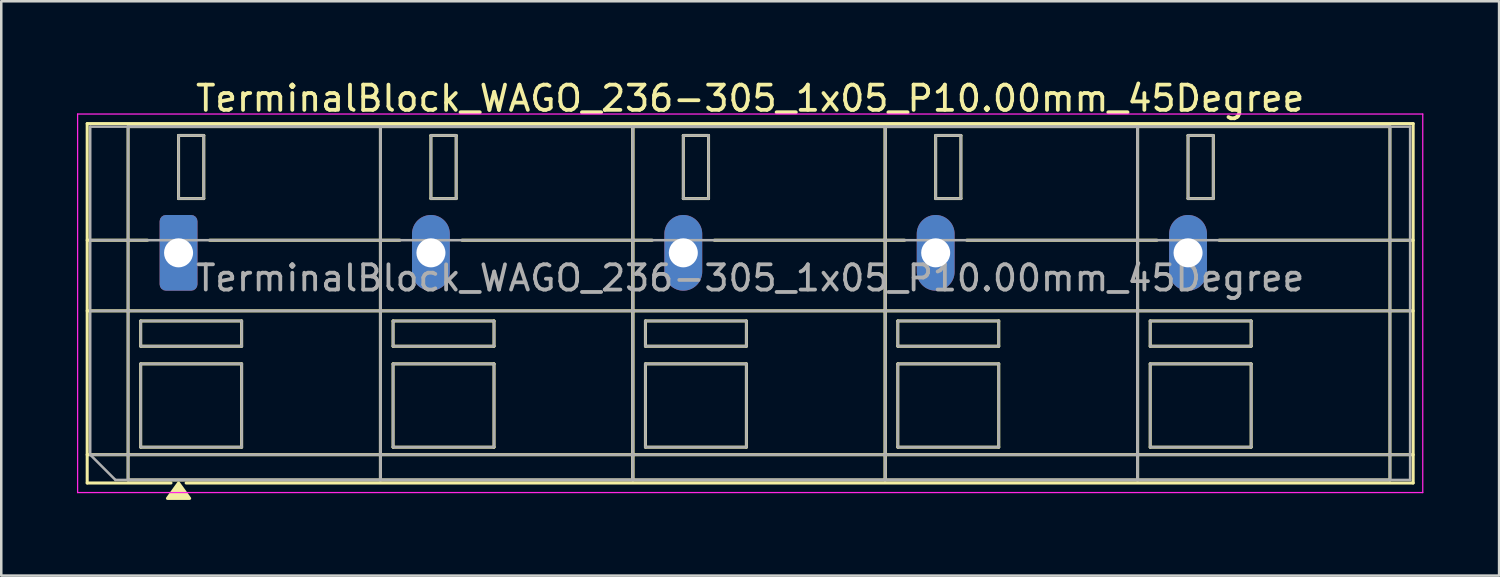
<source format=kicad_pcb>
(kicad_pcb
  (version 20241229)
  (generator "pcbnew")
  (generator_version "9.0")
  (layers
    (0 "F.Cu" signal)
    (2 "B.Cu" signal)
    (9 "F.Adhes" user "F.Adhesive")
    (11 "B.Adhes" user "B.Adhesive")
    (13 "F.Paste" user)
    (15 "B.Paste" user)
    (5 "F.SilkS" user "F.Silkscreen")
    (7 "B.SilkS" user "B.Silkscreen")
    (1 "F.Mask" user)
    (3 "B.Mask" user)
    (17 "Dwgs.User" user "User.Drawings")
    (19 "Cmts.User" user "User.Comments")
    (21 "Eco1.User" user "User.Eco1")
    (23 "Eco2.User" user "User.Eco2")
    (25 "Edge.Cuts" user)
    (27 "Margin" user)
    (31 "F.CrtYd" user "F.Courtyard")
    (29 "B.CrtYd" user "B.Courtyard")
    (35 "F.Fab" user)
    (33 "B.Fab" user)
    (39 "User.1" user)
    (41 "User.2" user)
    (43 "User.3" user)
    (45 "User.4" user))
  (footprint "TerminalBlock_WAGO_236-305_1x05_P10.00mm_45Degree"
    (layer "F.Cu")
    (at 4.025 6.968)
    (property "Reference" "TerminalBlock_WAGO_236-305_1x05_P10.00mm_45Degree" (at 22.65 -6.12 0) (layer "F.SilkS") (effects (font (size 1 1) (thickness 0.15))))
    (attr through_hole)
    (fp_line (start -3.62 -5.12) (end -3.62 9.12) (stroke (width 0.12) (type solid)) (layer "F.SilkS"))
    (fp_line (start -3.62 -5.12) (end 48.92 -5.12) (stroke (width 0.12) (type solid)) (layer "F.SilkS"))
    (fp_line (start -3.62 -0.5) (end -1.23 -0.5) (stroke (width 0.12) (type solid)) (layer "F.SilkS"))
    (fp_line (start -3.62 2.3) (end 48.92 2.3) (stroke (width 0.12) (type solid)) (layer "F.SilkS"))
    (fp_line (start -3.62 8) (end 48.92 8) (stroke (width 0.12) (type solid)) (layer "F.SilkS"))
    (fp_line (start -3.62 9.12) (end -0.3 9.12) (stroke (width 0.12) (type solid)) (layer "F.SilkS"))
    (fp_line (start -2 -5) (end -2 9) (stroke (width 0.12) (type solid)) (layer "F.SilkS"))
    (fp_line (start -2 -5) (end 8 -5) (stroke (width 0.12) (type solid)) (layer "F.SilkS"))
    (fp_line (start -2 9) (end 8 9) (stroke (width 0.12) (type solid)) (layer "F.SilkS"))
    (fp_line (start -1.5 2.7) (end -1.5 3.7) (stroke (width 0.12) (type solid)) (layer "F.SilkS"))
    (fp_line (start -1.5 2.7) (end 2.5 2.7) (stroke (width 0.12) (type solid)) (layer "F.SilkS"))
    (fp_line (start -1.5 3.7) (end 2.5 3.7) (stroke (width 0.12) (type solid)) (layer "F.SilkS"))
    (fp_line (start -1.5 4.4) (end -1.5 7.7) (stroke (width 0.12) (type solid)) (layer "F.SilkS"))
    (fp_line (start -1.5 4.4) (end 2.5 4.4) (stroke (width 0.12) (type solid)) (layer "F.SilkS"))
    (fp_line (start -1.5 7.7) (end 2.5 7.7) (stroke (width 0.12) (type solid)) (layer "F.SilkS"))
    (fp_line (start 0 -4.65) (end 0 -2.15) (stroke (width 0.12) (type solid)) (layer "F.SilkS"))
    (fp_line (start 0 -4.65) (end 1 -4.65) (stroke (width 0.12) (type solid)) (layer "F.SilkS"))
    (fp_line (start 0 -2.15) (end 1 -2.15) (stroke (width 0.12) (type solid)) (layer "F.SilkS"))
    (fp_line (start 0.3 9.12) (end 48.92 9.12) (stroke (width 0.12) (type solid)) (layer "F.SilkS"))
    (fp_line (start 1 -4.65) (end 1 -2.15) (stroke (width 0.12) (type solid)) (layer "F.SilkS"))
    (fp_line (start 1.23 -0.5) (end 8.77 -0.5) (stroke (width 0.12) (type solid)) (layer "F.SilkS"))
    (fp_line (start 2.5 2.7) (end 2.5 3.7) (stroke (width 0.12) (type solid)) (layer "F.SilkS"))
    (fp_line (start 2.5 4.4) (end 2.5 7.7) (stroke (width 0.12) (type solid)) (layer "F.SilkS"))
    (fp_line (start 8 -5) (end 8 9) (stroke (width 0.12) (type solid)) (layer "F.SilkS"))
    (fp_line (start 8 -5) (end 8 9) (stroke (width 0.12) (type solid)) (layer "F.SilkS"))
    (fp_line (start 8 -5) (end 18 -5) (stroke (width 0.12) (type solid)) (layer "F.SilkS"))
    (fp_line (start 8 9) (end 18 9) (stroke (width 0.12) (type solid)) (layer "F.SilkS"))
    (fp_line (start 8.5 2.7) (end 8.5 3.7) (stroke (width 0.12) (type solid)) (layer "F.SilkS"))
    (fp_line (start 8.5 2.7) (end 12.5 2.7) (stroke (width 0.12) (type solid)) (layer "F.SilkS"))
    (fp_line (start 8.5 3.7) (end 12.5 3.7) (stroke (width 0.12) (type solid)) (layer "F.SilkS"))
    (fp_line (start 8.5 4.4) (end 8.5 7.7) (stroke (width 0.12) (type solid)) (layer "F.SilkS"))
    (fp_line (start 8.5 4.4) (end 12.5 4.4) (stroke (width 0.12) (type solid)) (layer "F.SilkS"))
    (fp_line (start 8.5 7.7) (end 12.5 7.7) (stroke (width 0.12) (type solid)) (layer "F.SilkS"))
    (fp_line (start 10 -4.65) (end 10 -2.15) (stroke (width 0.12) (type solid)) (layer "F.SilkS"))
    (fp_line (start 10 -4.65) (end 11 -4.65) (stroke (width 0.12) (type solid)) (layer "F.SilkS"))
    (fp_line (start 10 -2.15) (end 11 -2.15) (stroke (width 0.12) (type solid)) (layer "F.SilkS"))
    (fp_line (start 11 -4.65) (end 11 -2.15) (stroke (width 0.12) (type solid)) (layer "F.SilkS"))
    (fp_line (start 11.23 -0.5) (end 18.77 -0.5) (stroke (width 0.12) (type solid)) (layer "F.SilkS"))
    (fp_line (start 12.5 2.7) (end 12.5 3.7) (stroke (width 0.12) (type solid)) (layer "F.SilkS"))
    (fp_line (start 12.5 4.4) (end 12.5 7.7) (stroke (width 0.12) (type solid)) (layer "F.SilkS"))
    (fp_line (start 18 -5) (end 18 9) (stroke (width 0.12) (type solid)) (layer "F.SilkS"))
    (fp_line (start 18 -5) (end 18 9) (stroke (width 0.12) (type solid)) (layer "F.SilkS"))
    (fp_line (start 18 -5) (end 28 -5) (stroke (width 0.12) (type solid)) (layer "F.SilkS"))
    (fp_line (start 18 9) (end 28 9) (stroke (width 0.12) (type solid)) (layer "F.SilkS"))
    (fp_line (start 18.5 2.7) (end 18.5 3.7) (stroke (width 0.12) (type solid)) (layer "F.SilkS"))
    (fp_line (start 18.5 2.7) (end 22.5 2.7) (stroke (width 0.12) (type solid)) (layer "F.SilkS"))
    (fp_line (start 18.5 3.7) (end 22.5 3.7) (stroke (width 0.12) (type solid)) (layer "F.SilkS"))
    (fp_line (start 18.5 4.4) (end 18.5 7.7) (stroke (width 0.12) (type solid)) (layer "F.SilkS"))
    (fp_line (start 18.5 4.4) (end 22.5 4.4) (stroke (width 0.12) (type solid)) (layer "F.SilkS"))
    (fp_line (start 18.5 7.7) (end 22.5 7.7) (stroke (width 0.12) (type solid)) (layer "F.SilkS"))
    (fp_line (start 20 -4.65) (end 20 -2.15) (stroke (width 0.12) (type solid)) (layer "F.SilkS"))
    (fp_line (start 20 -4.65) (end 21 -4.65) (stroke (width 0.12) (type solid)) (layer "F.SilkS"))
    (fp_line (start 20 -2.15) (end 21 -2.15) (stroke (width 0.12) (type solid)) (layer "F.SilkS"))
    (fp_line (start 21 -4.65) (end 21 -2.15) (stroke (width 0.12) (type solid)) (layer "F.SilkS"))
    (fp_line (start 21.23 -0.5) (end 28.77 -0.5) (stroke (width 0.12) (type solid)) (layer "F.SilkS"))
    (fp_line (start 22.5 2.7) (end 22.5 3.7) (stroke (width 0.12) (type solid)) (layer "F.SilkS"))
    (fp_line (start 22.5 4.4) (end 22.5 7.7) (stroke (width 0.12) (type solid)) (layer "F.SilkS"))
    (fp_line (start 28 -5) (end 28 9) (stroke (width 0.12) (type solid)) (layer "F.SilkS"))
    (fp_line (start 28 -5) (end 28 9) (stroke (width 0.12) (type solid)) (layer "F.SilkS"))
    (fp_line (start 28 -5) (end 38 -5) (stroke (width 0.12) (type solid)) (layer "F.SilkS"))
    (fp_line (start 28 9) (end 38 9) (stroke (width 0.12) (type solid)) (layer "F.SilkS"))
    (fp_line (start 28.5 2.7) (end 28.5 3.7) (stroke (width 0.12) (type solid)) (layer "F.SilkS"))
    (fp_line (start 28.5 2.7) (end 32.5 2.7) (stroke (width 0.12) (type solid)) (layer "F.SilkS"))
    (fp_line (start 28.5 3.7) (end 32.5 3.7) (stroke (width 0.12) (type solid)) (layer "F.SilkS"))
    (fp_line (start 28.5 4.4) (end 28.5 7.7) (stroke (width 0.12) (type solid)) (layer "F.SilkS"))
    (fp_line (start 28.5 4.4) (end 32.5 4.4) (stroke (width 0.12) (type solid)) (layer "F.SilkS"))
    (fp_line (start 28.5 7.7) (end 32.5 7.7) (stroke (width 0.12) (type solid)) (layer "F.SilkS"))
    (fp_line (start 30 -4.65) (end 30 -2.15) (stroke (width 0.12) (type solid)) (layer "F.SilkS"))
    (fp_line (start 30 -4.65) (end 31 -4.65) (stroke (width 0.12) (type solid)) (layer "F.SilkS"))
    (fp_line (start 30 -2.15) (end 31 -2.15) (stroke (width 0.12) (type solid)) (layer "F.SilkS"))
    (fp_line (start 31 -4.65) (end 31 -2.15) (stroke (width 0.12) (type solid)) (layer "F.SilkS"))
    (fp_line (start 31.23 -0.5) (end 38.77 -0.5) (stroke (width 0.12) (type solid)) (layer "F.SilkS"))
    (fp_line (start 32.5 2.7) (end 32.5 3.7) (stroke (width 0.12) (type solid)) (layer "F.SilkS"))
    (fp_line (start 32.5 4.4) (end 32.5 7.7) (stroke (width 0.12) (type solid)) (layer "F.SilkS"))
    (fp_line (start 38 -5) (end 38 9) (stroke (width 0.12) (type solid)) (layer "F.SilkS"))
    (fp_line (start 38 -5) (end 38 9) (stroke (width 0.12) (type solid)) (layer "F.SilkS"))
    (fp_line (start 38 -5) (end 48 -5) (stroke (width 0.12) (type solid)) (layer "F.SilkS"))
    (fp_line (start 38 9) (end 48 9) (stroke (width 0.12) (type solid)) (layer "F.SilkS"))
    (fp_line (start 38.5 2.7) (end 38.5 3.7) (stroke (width 0.12) (type solid)) (layer "F.SilkS"))
    (fp_line (start 38.5 2.7) (end 42.5 2.7) (stroke (width 0.12) (type solid)) (layer "F.SilkS"))
    (fp_line (start 38.5 3.7) (end 42.5 3.7) (stroke (width 0.12) (type solid)) (layer "F.SilkS"))
    (fp_line (start 38.5 4.4) (end 38.5 7.7) (stroke (width 0.12) (type solid)) (layer "F.SilkS"))
    (fp_line (start 38.5 4.4) (end 42.5 4.4) (stroke (width 0.12) (type solid)) (layer "F.SilkS"))
    (fp_line (start 38.5 7.7) (end 42.5 7.7) (stroke (width 0.12) (type solid)) (layer "F.SilkS"))
    (fp_line (start 40 -4.65) (end 40 -2.15) (stroke (width 0.12) (type solid)) (layer "F.SilkS"))
    (fp_line (start 40 -4.65) (end 41 -4.65) (stroke (width 0.12) (type solid)) (layer "F.SilkS"))
    (fp_line (start 40 -2.15) (end 41 -2.15) (stroke (width 0.12) (type solid)) (layer "F.SilkS"))
    (fp_line (start 41 -4.65) (end 41 -2.15) (stroke (width 0.12) (type solid)) (layer "F.SilkS"))
    (fp_line (start 41.23 -0.5) (end 48.92 -0.5) (stroke (width 0.12) (type solid)) (layer "F.SilkS"))
    (fp_line (start 42.5 2.7) (end 42.5 3.7) (stroke (width 0.12) (type solid)) (layer "F.SilkS"))
    (fp_line (start 42.5 4.4) (end 42.5 7.7) (stroke (width 0.12) (type solid)) (layer "F.SilkS"))
    (fp_line (start 48 -5) (end 48 9) (stroke (width 0.12) (type solid)) (layer "F.SilkS"))
    (fp_line (start 48.92 -5.12) (end 48.92 9.12) (stroke (width 0.12) (type solid)) (layer "F.SilkS"))
    (fp_poly (pts (xy 0 9.12) (xy 0.44 9.73) (xy -0.44 9.73)) (stroke (width 0.12) (type solid)) (fill yes) (layer "F.SilkS"))
    (fp_line (start -4 -5.5) (end -4 9.5) (stroke (width 0.05) (type solid)) (layer "F.CrtYd"))
    (fp_line (start -4 9.5) (end 49.3 9.5) (stroke (width 0.05) (type solid)) (layer "F.CrtYd"))
    (fp_line (start 49.3 -5.5) (end -4 -5.5) (stroke (width 0.05) (type solid)) (layer "F.CrtYd"))
    (fp_line (start 49.3 9.5) (end 49.3 -5.5) (stroke (width 0.05) (type solid)) (layer "F.CrtYd"))
    (fp_line (start -3.5 -5) (end 48.8 -5) (stroke (width 0.1) (type solid)) (layer "F.Fab"))
    (fp_line (start -3.5 -0.5) (end 48.8 -0.5) (stroke (width 0.1) (type solid)) (layer "F.Fab"))
    (fp_line (start -3.5 2.3) (end 48.8 2.3) (stroke (width 0.1) (type solid)) (layer "F.Fab"))
    (fp_line (start -3.5 8) (end -3.5 -5) (stroke (width 0.1) (type solid)) (layer "F.Fab"))
    (fp_line (start -3.5 8) (end 48.8 8) (stroke (width 0.1) (type solid)) (layer "F.Fab"))
    (fp_line (start -2.5 9) (end -3.5 8) (stroke (width 0.1) (type solid)) (layer "F.Fab"))
    (fp_line (start -2 -5) (end -2 9) (stroke (width 0.1) (type solid)) (layer "F.Fab"))
    (fp_line (start -2 9) (end 8 9) (stroke (width 0.1) (type solid)) (layer "F.Fab"))
    (fp_line (start -1.5 2.7) (end -1.5 3.7) (stroke (width 0.1) (type solid)) (layer "F.Fab"))
    (fp_line (start -1.5 3.7) (end 2.5 3.7) (stroke (width 0.1) (type solid)) (layer "F.Fab"))
    (fp_line (start -1.5 4.4) (end -1.5 7.7) (stroke (width 0.1) (type solid)) (layer "F.Fab"))
    (fp_line (start -1.5 7.7) (end 2.5 7.7) (stroke (width 0.1) (type solid)) (layer "F.Fab"))
    (fp_line (start 0 -4.65) (end 0 -2.15) (stroke (width 0.1) (type solid)) (layer "F.Fab"))
    (fp_line (start 0 -2.15) (end 1 -2.15) (stroke (width 0.1) (type solid)) (layer "F.Fab"))
    (fp_line (start 1 -4.65) (end 0 -4.65) (stroke (width 0.1) (type solid)) (layer "F.Fab"))
    (fp_line (start 1 -2.15) (end 1 -4.65) (stroke (width 0.1) (type solid)) (layer "F.Fab"))
    (fp_line (start 2.5 2.7) (end -1.5 2.7) (stroke (width 0.1) (type solid)) (layer "F.Fab"))
    (fp_line (start 2.5 3.7) (end 2.5 2.7) (stroke (width 0.1) (type solid)) (layer "F.Fab"))
    (fp_line (start 2.5 4.4) (end -1.5 4.4) (stroke (width 0.1) (type solid)) (layer "F.Fab"))
    (fp_line (start 2.5 7.7) (end 2.5 4.4) (stroke (width 0.1) (type solid)) (layer "F.Fab"))
    (fp_line (start 8 -5) (end -2 -5) (stroke (width 0.1) (type solid)) (layer "F.Fab"))
    (fp_line (start 8 -5) (end 8 9) (stroke (width 0.1) (type solid)) (layer "F.Fab"))
    (fp_line (start 8 9) (end 8 -5) (stroke (width 0.1) (type solid)) (layer "F.Fab"))
    (fp_line (start 8 9) (end 18 9) (stroke (width 0.1) (type solid)) (layer "F.Fab"))
    (fp_line (start 8.5 2.7) (end 8.5 3.7) (stroke (width 0.1) (type solid)) (layer "F.Fab"))
    (fp_line (start 8.5 3.7) (end 12.5 3.7) (stroke (width 0.1) (type solid)) (layer "F.Fab"))
    (fp_line (start 8.5 4.4) (end 8.5 7.7) (stroke (width 0.1) (type solid)) (layer "F.Fab"))
    (fp_line (start 8.5 7.7) (end 12.5 7.7) (stroke (width 0.1) (type solid)) (layer "F.Fab"))
    (fp_line (start 10 -4.65) (end 10 -2.15) (stroke (width 0.1) (type solid)) (layer "F.Fab"))
    (fp_line (start 10 -2.15) (end 11 -2.15) (stroke (width 0.1) (type solid)) (layer "F.Fab"))
    (fp_line (start 11 -4.65) (end 10 -4.65) (stroke (width 0.1) (type solid)) (layer "F.Fab"))
    (fp_line (start 11 -2.15) (end 11 -4.65) (stroke (width 0.1) (type solid)) (layer "F.Fab"))
    (fp_line (start 12.5 2.7) (end 8.5 2.7) (stroke (width 0.1) (type solid)) (layer "F.Fab"))
    (fp_line (start 12.5 3.7) (end 12.5 2.7) (stroke (width 0.1) (type solid)) (layer "F.Fab"))
    (fp_line (start 12.5 4.4) (end 8.5 4.4) (stroke (width 0.1) (type solid)) (layer "F.Fab"))
    (fp_line (start 12.5 7.7) (end 12.5 4.4) (stroke (width 0.1) (type solid)) (layer "F.Fab"))
    (fp_line (start 18 -5) (end 8 -5) (stroke (width 0.1) (type solid)) (layer "F.Fab"))
    (fp_line (start 18 -5) (end 18 9) (stroke (width 0.1) (type solid)) (layer "F.Fab"))
    (fp_line (start 18 9) (end 18 -5) (stroke (width 0.1) (type solid)) (layer "F.Fab"))
    (fp_line (start 18 9) (end 28 9) (stroke (width 0.1) (type solid)) (layer "F.Fab"))
    (fp_line (start 18.5 2.7) (end 18.5 3.7) (stroke (width 0.1) (type solid)) (layer "F.Fab"))
    (fp_line (start 18.5 3.7) (end 22.5 3.7) (stroke (width 0.1) (type solid)) (layer "F.Fab"))
    (fp_line (start 18.5 4.4) (end 18.5 7.7) (stroke (width 0.1) (type solid)) (layer "F.Fab"))
    (fp_line (start 18.5 7.7) (end 22.5 7.7) (stroke (width 0.1) (type solid)) (layer "F.Fab"))
    (fp_line (start 20 -4.65) (end 20 -2.15) (stroke (width 0.1) (type solid)) (layer "F.Fab"))
    (fp_line (start 20 -2.15) (end 21 -2.15) (stroke (width 0.1) (type solid)) (layer "F.Fab"))
    (fp_line (start 21 -4.65) (end 20 -4.65) (stroke (width 0.1) (type solid)) (layer "F.Fab"))
    (fp_line (start 21 -2.15) (end 21 -4.65) (stroke (width 0.1) (type solid)) (layer "F.Fab"))
    (fp_line (start 22.5 2.7) (end 18.5 2.7) (stroke (width 0.1) (type solid)) (layer "F.Fab"))
    (fp_line (start 22.5 3.7) (end 22.5 2.7) (stroke (width 0.1) (type solid)) (layer "F.Fab"))
    (fp_line (start 22.5 4.4) (end 18.5 4.4) (stroke (width 0.1) (type solid)) (layer "F.Fab"))
    (fp_line (start 22.5 7.7) (end 22.5 4.4) (stroke (width 0.1) (type solid)) (layer "F.Fab"))
    (fp_line (start 28 -5) (end 18 -5) (stroke (width 0.1) (type solid)) (layer "F.Fab"))
    (fp_line (start 28 -5) (end 28 9) (stroke (width 0.1) (type solid)) (layer "F.Fab"))
    (fp_line (start 28 9) (end 28 -5) (stroke (width 0.1) (type solid)) (layer "F.Fab"))
    (fp_line (start 28 9) (end 38 9) (stroke (width 0.1) (type solid)) (layer "F.Fab"))
    (fp_line (start 28.5 2.7) (end 28.5 3.7) (stroke (width 0.1) (type solid)) (layer "F.Fab"))
    (fp_line (start 28.5 3.7) (end 32.5 3.7) (stroke (width 0.1) (type solid)) (layer "F.Fab"))
    (fp_line (start 28.5 4.4) (end 28.5 7.7) (stroke (width 0.1) (type solid)) (layer "F.Fab"))
    (fp_line (start 28.5 7.7) (end 32.5 7.7) (stroke (width 0.1) (type solid)) (layer "F.Fab"))
    (fp_line (start 30 -4.65) (end 30 -2.15) (stroke (width 0.1) (type solid)) (layer "F.Fab"))
    (fp_line (start 30 -2.15) (end 31 -2.15) (stroke (width 0.1) (type solid)) (layer "F.Fab"))
    (fp_line (start 31 -4.65) (end 30 -4.65) (stroke (width 0.1) (type solid)) (layer "F.Fab"))
    (fp_line (start 31 -2.15) (end 31 -4.65) (stroke (width 0.1) (type solid)) (layer "F.Fab"))
    (fp_line (start 32.5 2.7) (end 28.5 2.7) (stroke (width 0.1) (type solid)) (layer "F.Fab"))
    (fp_line (start 32.5 3.7) (end 32.5 2.7) (stroke (width 0.1) (type solid)) (layer "F.Fab"))
    (fp_line (start 32.5 4.4) (end 28.5 4.4) (stroke (width 0.1) (type solid)) (layer "F.Fab"))
    (fp_line (start 32.5 7.7) (end 32.5 4.4) (stroke (width 0.1) (type solid)) (layer "F.Fab"))
    (fp_line (start 38 -5) (end 28 -5) (stroke (width 0.1) (type solid)) (layer "F.Fab"))
    (fp_line (start 38 -5) (end 38 9) (stroke (width 0.1) (type solid)) (layer "F.Fab"))
    (fp_line (start 38 9) (end 38 -5) (stroke (width 0.1) (type solid)) (layer "F.Fab"))
    (fp_line (start 38 9) (end 48 9) (stroke (width 0.1) (type solid)) (layer "F.Fab"))
    (fp_line (start 38.5 2.7) (end 38.5 3.7) (stroke (width 0.1) (type solid)) (layer "F.Fab"))
    (fp_line (start 38.5 3.7) (end 42.5 3.7) (stroke (width 0.1) (type solid)) (layer "F.Fab"))
    (fp_line (start 38.5 4.4) (end 38.5 7.7) (stroke (width 0.1) (type solid)) (layer "F.Fab"))
    (fp_line (start 38.5 7.7) (end 42.5 7.7) (stroke (width 0.1) (type solid)) (layer "F.Fab"))
    (fp_line (start 40 -4.65) (end 40 -2.15) (stroke (width 0.1) (type solid)) (layer "F.Fab"))
    (fp_line (start 40 -2.15) (end 41 -2.15) (stroke (width 0.1) (type solid)) (layer "F.Fab"))
    (fp_line (start 41 -4.65) (end 40 -4.65) (stroke (width 0.1) (type solid)) (layer "F.Fab"))
    (fp_line (start 41 -2.15) (end 41 -4.65) (stroke (width 0.1) (type solid)) (layer "F.Fab"))
    (fp_line (start 42.5 2.7) (end 38.5 2.7) (stroke (width 0.1) (type solid)) (layer "F.Fab"))
    (fp_line (start 42.5 3.7) (end 42.5 2.7) (stroke (width 0.1) (type solid)) (layer "F.Fab"))
    (fp_line (start 42.5 4.4) (end 38.5 4.4) (stroke (width 0.1) (type solid)) (layer "F.Fab"))
    (fp_line (start 42.5 7.7) (end 42.5 4.4) (stroke (width 0.1) (type solid)) (layer "F.Fab"))
    (fp_line (start 48 -5) (end 38 -5) (stroke (width 0.1) (type solid)) (layer "F.Fab"))
    (fp_line (start 48 9) (end 48 -5) (stroke (width 0.1) (type solid)) (layer "F.Fab"))
    (fp_line (start 48.8 -5) (end 48.8 9) (stroke (width 0.1) (type solid)) (layer "F.Fab"))
    (fp_line (start 48.8 9) (end -2.5 9) (stroke (width 0.1) (type solid)) (layer "F.Fab"))
    (fp_text user "${REFERENCE}" (at 22.65 1 0) (layer "F.Fab") (effects (font (size 1 1) (thickness 0.15))))
    (pad "1" thru_hole roundrect (at 0 0) (size 1.5 3) (drill 1.15) (layers "*.Cu" "*.Mask") (roundrect_rratio 0.167))
    (pad "2" thru_hole oval (at 10 0) (size 1.5 3) (drill 1.15) (layers "*.Cu" "*.Mask"))
    (pad "3" thru_hole oval (at 20 0) (size 1.5 3) (drill 1.15) (layers "*.Cu" "*.Mask"))
    (pad "4" thru_hole oval (at 30 0) (size 1.5 3) (drill 1.15) (layers "*.Cu" "*.Mask"))
    (pad "5" thru_hole oval (at 40 0) (size 1.5 3) (drill 1.15) (layers "*.Cu" "*.Mask")))
  (gr_rect
    (start -3 -3)
    (end 56.35 19.758)
    (stroke (width 0.1) (type default))
    (fill no)
    (layer "Edge.Cuts")))
</source>
